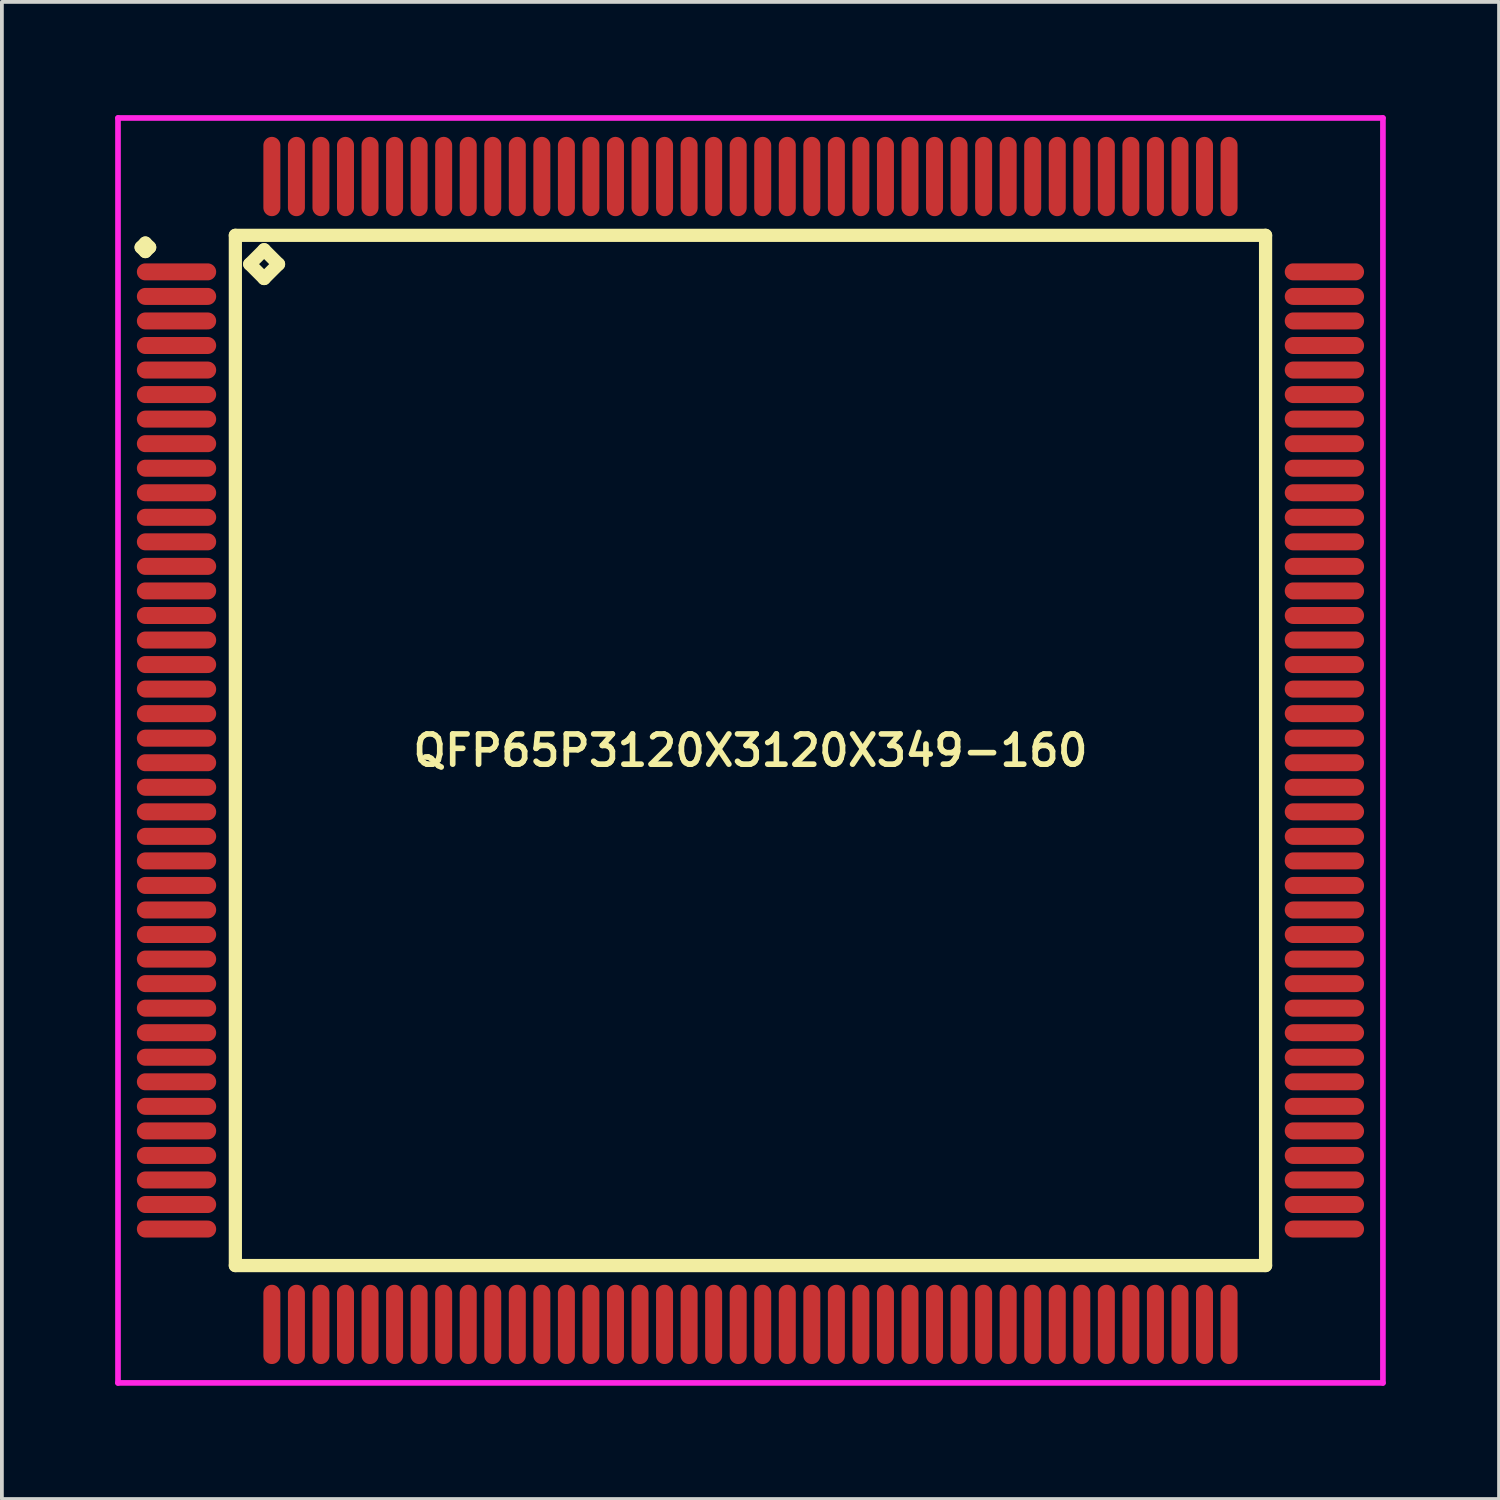
<source format=kicad_pcb>
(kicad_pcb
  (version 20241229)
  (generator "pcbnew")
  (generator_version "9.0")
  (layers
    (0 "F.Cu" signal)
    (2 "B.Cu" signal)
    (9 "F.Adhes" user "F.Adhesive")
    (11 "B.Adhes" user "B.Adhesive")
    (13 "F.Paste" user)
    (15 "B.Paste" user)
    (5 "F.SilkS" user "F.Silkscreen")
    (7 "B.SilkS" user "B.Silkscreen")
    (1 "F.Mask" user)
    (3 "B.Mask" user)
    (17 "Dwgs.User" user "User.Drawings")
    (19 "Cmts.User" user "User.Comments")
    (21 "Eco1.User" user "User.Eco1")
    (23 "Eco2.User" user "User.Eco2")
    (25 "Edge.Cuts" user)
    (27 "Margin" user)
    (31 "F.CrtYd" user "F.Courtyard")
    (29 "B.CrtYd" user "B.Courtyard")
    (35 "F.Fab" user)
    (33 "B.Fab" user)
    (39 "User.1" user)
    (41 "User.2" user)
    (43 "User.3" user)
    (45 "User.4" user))
  (footprint "QFP65P3120X3120X349-160"
    (layer "F.Cu")
    (at 16.825 16.825)
    (property "Reference" "QFP65P3120X3120X349-160" (at 0 0 0) (layer "F.SilkS") (effects (font (size 0.8 0.8) (thickness 0.15))))
    (attr through_hole)
    (fp_line (start -16.137 -13.325) (end -16.025 -13.438) (stroke (width 0.35) (type solid)) (layer "F.SilkS"))
    (fp_line (start -16.025 -13.438) (end -15.912 -13.325) (stroke (width 0.35) (type solid)) (layer "F.SilkS"))
    (fp_line (start -16.025 -13.213) (end -16.137 -13.325) (stroke (width 0.35) (type solid)) (layer "F.SilkS"))
    (fp_line (start -15.912 -13.325) (end -16.025 -13.213) (stroke (width 0.35) (type solid)) (layer "F.SilkS"))
    (fp_line (start -13.642 -13.642) (end -13.642 13.642) (stroke (width 0.35) (type solid)) (layer "F.SilkS"))
    (fp_line (start -13.642 13.642) (end 13.642 13.642) (stroke (width 0.35) (type solid)) (layer "F.SilkS"))
    (fp_line (start -13.261 -12.88) (end -12.88 -13.261) (stroke (width 0.35) (type solid)) (layer "F.SilkS"))
    (fp_line (start -12.88 -13.261) (end -12.499 -12.88) (stroke (width 0.35) (type solid)) (layer "F.SilkS"))
    (fp_line (start -12.88 -12.499) (end -13.261 -12.88) (stroke (width 0.35) (type solid)) (layer "F.SilkS"))
    (fp_line (start -12.499 -12.88) (end -12.88 -12.499) (stroke (width 0.35) (type solid)) (layer "F.SilkS"))
    (fp_line (start 13.642 -13.642) (end -13.642 -13.642) (stroke (width 0.35) (type solid)) (layer "F.SilkS"))
    (fp_line (start 13.642 13.642) (end 13.642 -13.642) (stroke (width 0.35) (type solid)) (layer "F.SilkS"))
    (fp_line (start -16.75 -16.75) (end 16.75 -16.75) (stroke (width 0.15) (type solid)) (layer "F.CrtYd"))
    (fp_line (start -16.75 16.75) (end -16.75 -16.75) (stroke (width 0.15) (type solid)) (layer "F.CrtYd"))
    (fp_line (start 16.75 -16.75) (end 16.75 16.75) (stroke (width 0.15) (type solid)) (layer "F.CrtYd"))
    (fp_line (start 16.75 16.75) (end -16.75 16.75) (stroke (width 0.15) (type solid)) (layer "F.CrtYd"))
    (pad "1" smd oval (at -15.2 -12.675) (size 2.1 0.45) (layers "F.Cu" "F.Mask" "F.Paste"))
    (pad "2" smd oval (at -15.2 -12.025) (size 2.1 0.45) (layers "F.Cu" "F.Mask" "F.Paste"))
    (pad "3" smd oval (at -15.2 -11.375) (size 2.1 0.45) (layers "F.Cu" "F.Mask" "F.Paste"))
    (pad "4" smd oval (at -15.2 -10.725) (size 2.1 0.45) (layers "F.Cu" "F.Mask" "F.Paste"))
    (pad "5" smd oval (at -15.2 -10.075) (size 2.1 0.45) (layers "F.Cu" "F.Mask" "F.Paste"))
    (pad "6" smd oval (at -15.2 -9.425) (size 2.1 0.45) (layers "F.Cu" "F.Mask" "F.Paste"))
    (pad "7" smd oval (at -15.2 -8.775) (size 2.1 0.45) (layers "F.Cu" "F.Mask" "F.Paste"))
    (pad "8" smd oval (at -15.2 -8.125) (size 2.1 0.45) (layers "F.Cu" "F.Mask" "F.Paste"))
    (pad "9" smd oval (at -15.2 -7.475) (size 2.1 0.45) (layers "F.Cu" "F.Mask" "F.Paste"))
    (pad "10" smd oval (at -15.2 -6.825) (size 2.1 0.45) (layers "F.Cu" "F.Mask" "F.Paste"))
    (pad "11" smd oval (at -15.2 -6.175) (size 2.1 0.45) (layers "F.Cu" "F.Mask" "F.Paste"))
    (pad "12" smd oval (at -15.2 -5.525) (size 2.1 0.45) (layers "F.Cu" "F.Mask" "F.Paste"))
    (pad "13" smd oval (at -15.2 -4.875) (size 2.1 0.45) (layers "F.Cu" "F.Mask" "F.Paste"))
    (pad "14" smd oval (at -15.2 -4.225) (size 2.1 0.45) (layers "F.Cu" "F.Mask" "F.Paste"))
    (pad "15" smd oval (at -15.2 -3.575) (size 2.1 0.45) (layers "F.Cu" "F.Mask" "F.Paste"))
    (pad "16" smd oval (at -15.2 -2.925) (size 2.1 0.45) (layers "F.Cu" "F.Mask" "F.Paste"))
    (pad "17" smd oval (at -15.2 -2.275) (size 2.1 0.45) (layers "F.Cu" "F.Mask" "F.Paste"))
    (pad "18" smd oval (at -15.2 -1.625) (size 2.1 0.45) (layers "F.Cu" "F.Mask" "F.Paste"))
    (pad "19" smd oval (at -15.2 -0.975) (size 2.1 0.45) (layers "F.Cu" "F.Mask" "F.Paste"))
    (pad "20" smd oval (at -15.2 -0.325) (size 2.1 0.45) (layers "F.Cu" "F.Mask" "F.Paste"))
    (pad "21" smd oval (at -15.2 0.325) (size 2.1 0.45) (layers "F.Cu" "F.Mask" "F.Paste"))
    (pad "22" smd oval (at -15.2 0.975) (size 2.1 0.45) (layers "F.Cu" "F.Mask" "F.Paste"))
    (pad "23" smd oval (at -15.2 1.625) (size 2.1 0.45) (layers "F.Cu" "F.Mask" "F.Paste"))
    (pad "24" smd oval (at -15.2 2.275) (size 2.1 0.45) (layers "F.Cu" "F.Mask" "F.Paste"))
    (pad "25" smd oval (at -15.2 2.925) (size 2.1 0.45) (layers "F.Cu" "F.Mask" "F.Paste"))
    (pad "26" smd oval (at -15.2 3.575) (size 2.1 0.45) (layers "F.Cu" "F.Mask" "F.Paste"))
    (pad "27" smd oval (at -15.2 4.225) (size 2.1 0.45) (layers "F.Cu" "F.Mask" "F.Paste"))
    (pad "28" smd oval (at -15.2 4.875) (size 2.1 0.45) (layers "F.Cu" "F.Mask" "F.Paste"))
    (pad "29" smd oval (at -15.2 5.525) (size 2.1 0.45) (layers "F.Cu" "F.Mask" "F.Paste"))
    (pad "30" smd oval (at -15.2 6.175) (size 2.1 0.45) (layers "F.Cu" "F.Mask" "F.Paste"))
    (pad "31" smd oval (at -15.2 6.825) (size 2.1 0.45) (layers "F.Cu" "F.Mask" "F.Paste"))
    (pad "32" smd oval (at -15.2 7.475) (size 2.1 0.45) (layers "F.Cu" "F.Mask" "F.Paste"))
    (pad "33" smd oval (at -15.2 8.125) (size 2.1 0.45) (layers "F.Cu" "F.Mask" "F.Paste"))
    (pad "34" smd oval (at -15.2 8.775) (size 2.1 0.45) (layers "F.Cu" "F.Mask" "F.Paste"))
    (pad "35" smd oval (at -15.2 9.425) (size 2.1 0.45) (layers "F.Cu" "F.Mask" "F.Paste"))
    (pad "36" smd oval (at -15.2 10.075) (size 2.1 0.45) (layers "F.Cu" "F.Mask" "F.Paste"))
    (pad "37" smd oval (at -15.2 10.725) (size 2.1 0.45) (layers "F.Cu" "F.Mask" "F.Paste"))
    (pad "38" smd oval (at -15.2 11.375) (size 2.1 0.45) (layers "F.Cu" "F.Mask" "F.Paste"))
    (pad "39" smd oval (at -15.2 12.025) (size 2.1 0.45) (layers "F.Cu" "F.Mask" "F.Paste"))
    (pad "40" smd oval (at -15.2 12.675) (size 2.1 0.45) (layers "F.Cu" "F.Mask" "F.Paste"))
    (pad "41" smd oval (at -12.675 15.2) (size 0.45 2.1) (layers "F.Cu" "F.Mask" "F.Paste"))
    (pad "42" smd oval (at -12.025 15.2) (size 0.45 2.1) (layers "F.Cu" "F.Mask" "F.Paste"))
    (pad "43" smd oval (at -11.375 15.2) (size 0.45 2.1) (layers "F.Cu" "F.Mask" "F.Paste"))
    (pad "44" smd oval (at -10.725 15.2) (size 0.45 2.1) (layers "F.Cu" "F.Mask" "F.Paste"))
    (pad "45" smd oval (at -10.075 15.2) (size 0.45 2.1) (layers "F.Cu" "F.Mask" "F.Paste"))
    (pad "46" smd oval (at -9.425 15.2) (size 0.45 2.1) (layers "F.Cu" "F.Mask" "F.Paste"))
    (pad "47" smd oval (at -8.775 15.2) (size 0.45 2.1) (layers "F.Cu" "F.Mask" "F.Paste"))
    (pad "48" smd oval (at -8.125 15.2) (size 0.45 2.1) (layers "F.Cu" "F.Mask" "F.Paste"))
    (pad "49" smd oval (at -7.475 15.2) (size 0.45 2.1) (layers "F.Cu" "F.Mask" "F.Paste"))
    (pad "50" smd oval (at -6.825 15.2) (size 0.45 2.1) (layers "F.Cu" "F.Mask" "F.Paste"))
    (pad "51" smd oval (at -6.175 15.2) (size 0.45 2.1) (layers "F.Cu" "F.Mask" "F.Paste"))
    (pad "52" smd oval (at -5.525 15.2) (size 0.45 2.1) (layers "F.Cu" "F.Mask" "F.Paste"))
    (pad "53" smd oval (at -4.875 15.2) (size 0.45 2.1) (layers "F.Cu" "F.Mask" "F.Paste"))
    (pad "54" smd oval (at -4.225 15.2) (size 0.45 2.1) (layers "F.Cu" "F.Mask" "F.Paste"))
    (pad "55" smd oval (at -3.575 15.2) (size 0.45 2.1) (layers "F.Cu" "F.Mask" "F.Paste"))
    (pad "56" smd oval (at -2.925 15.2) (size 0.45 2.1) (layers "F.Cu" "F.Mask" "F.Paste"))
    (pad "57" smd oval (at -2.275 15.2) (size 0.45 2.1) (layers "F.Cu" "F.Mask" "F.Paste"))
    (pad "58" smd oval (at -1.625 15.2) (size 0.45 2.1) (layers "F.Cu" "F.Mask" "F.Paste"))
    (pad "59" smd oval (at -0.975 15.2) (size 0.45 2.1) (layers "F.Cu" "F.Mask" "F.Paste"))
    (pad "60" smd oval (at -0.325 15.2) (size 0.45 2.1) (layers "F.Cu" "F.Mask" "F.Paste"))
    (pad "61" smd oval (at 0.325 15.2) (size 0.45 2.1) (layers "F.Cu" "F.Mask" "F.Paste"))
    (pad "62" smd oval (at 0.975 15.2) (size 0.45 2.1) (layers "F.Cu" "F.Mask" "F.Paste"))
    (pad "63" smd oval (at 1.625 15.2) (size 0.45 2.1) (layers "F.Cu" "F.Mask" "F.Paste"))
    (pad "64" smd oval (at 2.275 15.2) (size 0.45 2.1) (layers "F.Cu" "F.Mask" "F.Paste"))
    (pad "65" smd oval (at 2.925 15.2) (size 0.45 2.1) (layers "F.Cu" "F.Mask" "F.Paste"))
    (pad "66" smd oval (at 3.575 15.2) (size 0.45 2.1) (layers "F.Cu" "F.Mask" "F.Paste"))
    (pad "67" smd oval (at 4.225 15.2) (size 0.45 2.1) (layers "F.Cu" "F.Mask" "F.Paste"))
    (pad "68" smd oval (at 4.875 15.2) (size 0.45 2.1) (layers "F.Cu" "F.Mask" "F.Paste"))
    (pad "69" smd oval (at 5.525 15.2) (size 0.45 2.1) (layers "F.Cu" "F.Mask" "F.Paste"))
    (pad "70" smd oval (at 6.175 15.2) (size 0.45 2.1) (layers "F.Cu" "F.Mask" "F.Paste"))
    (pad "71" smd oval (at 6.825 15.2) (size 0.45 2.1) (layers "F.Cu" "F.Mask" "F.Paste"))
    (pad "72" smd oval (at 7.475 15.2) (size 0.45 2.1) (layers "F.Cu" "F.Mask" "F.Paste"))
    (pad "73" smd oval (at 8.125 15.2) (size 0.45 2.1) (layers "F.Cu" "F.Mask" "F.Paste"))
    (pad "74" smd oval (at 8.775 15.2) (size 0.45 2.1) (layers "F.Cu" "F.Mask" "F.Paste"))
    (pad "75" smd oval (at 9.425 15.2) (size 0.45 2.1) (layers "F.Cu" "F.Mask" "F.Paste"))
    (pad "76" smd oval (at 10.075 15.2) (size 0.45 2.1) (layers "F.Cu" "F.Mask" "F.Paste"))
    (pad "77" smd oval (at 10.725 15.2) (size 0.45 2.1) (layers "F.Cu" "F.Mask" "F.Paste"))
    (pad "78" smd oval (at 11.375 15.2) (size 0.45 2.1) (layers "F.Cu" "F.Mask" "F.Paste"))
    (pad "79" smd oval (at 12.025 15.2) (size 0.45 2.1) (layers "F.Cu" "F.Mask" "F.Paste"))
    (pad "80" smd oval (at 12.675 15.2) (size 0.45 2.1) (layers "F.Cu" "F.Mask" "F.Paste"))
    (pad "81" smd oval (at 15.2 12.675) (size 2.1 0.45) (layers "F.Cu" "F.Mask" "F.Paste"))
    (pad "82" smd oval (at 15.2 12.025) (size 2.1 0.45) (layers "F.Cu" "F.Mask" "F.Paste"))
    (pad "83" smd oval (at 15.2 11.375) (size 2.1 0.45) (layers "F.Cu" "F.Mask" "F.Paste"))
    (pad "84" smd oval (at 15.2 10.725) (size 2.1 0.45) (layers "F.Cu" "F.Mask" "F.Paste"))
    (pad "85" smd oval (at 15.2 10.075) (size 2.1 0.45) (layers "F.Cu" "F.Mask" "F.Paste"))
    (pad "86" smd oval (at 15.2 9.425) (size 2.1 0.45) (layers "F.Cu" "F.Mask" "F.Paste"))
    (pad "87" smd oval (at 15.2 8.775) (size 2.1 0.45) (layers "F.Cu" "F.Mask" "F.Paste"))
    (pad "88" smd oval (at 15.2 8.125) (size 2.1 0.45) (layers "F.Cu" "F.Mask" "F.Paste"))
    (pad "89" smd oval (at 15.2 7.475) (size 2.1 0.45) (layers "F.Cu" "F.Mask" "F.Paste"))
    (pad "90" smd oval (at 15.2 6.825) (size 2.1 0.45) (layers "F.Cu" "F.Mask" "F.Paste"))
    (pad "91" smd oval (at 15.2 6.175) (size 2.1 0.45) (layers "F.Cu" "F.Mask" "F.Paste"))
    (pad "92" smd oval (at 15.2 5.525) (size 2.1 0.45) (layers "F.Cu" "F.Mask" "F.Paste"))
    (pad "93" smd oval (at 15.2 4.875) (size 2.1 0.45) (layers "F.Cu" "F.Mask" "F.Paste"))
    (pad "94" smd oval (at 15.2 4.225) (size 2.1 0.45) (layers "F.Cu" "F.Mask" "F.Paste"))
    (pad "95" smd oval (at 15.2 3.575) (size 2.1 0.45) (layers "F.Cu" "F.Mask" "F.Paste"))
    (pad "96" smd oval (at 15.2 2.925) (size 2.1 0.45) (layers "F.Cu" "F.Mask" "F.Paste"))
    (pad "97" smd oval (at 15.2 2.275) (size 2.1 0.45) (layers "F.Cu" "F.Mask" "F.Paste"))
    (pad "98" smd oval (at 15.2 1.625) (size 2.1 0.45) (layers "F.Cu" "F.Mask" "F.Paste"))
    (pad "99" smd oval (at 15.2 0.975) (size 2.1 0.45) (layers "F.Cu" "F.Mask" "F.Paste"))
    (pad "100" smd oval (at 15.2 0.325) (size 2.1 0.45) (layers "F.Cu" "F.Mask" "F.Paste"))
    (pad "101" smd oval (at 15.2 -0.325) (size 2.1 0.45) (layers "F.Cu" "F.Mask" "F.Paste"))
    (pad "102" smd oval (at 15.2 -0.975) (size 2.1 0.45) (layers "F.Cu" "F.Mask" "F.Paste"))
    (pad "103" smd oval (at 15.2 -1.625) (size 2.1 0.45) (layers "F.Cu" "F.Mask" "F.Paste"))
    (pad "104" smd oval (at 15.2 -2.275) (size 2.1 0.45) (layers "F.Cu" "F.Mask" "F.Paste"))
    (pad "105" smd oval (at 15.2 -2.925) (size 2.1 0.45) (layers "F.Cu" "F.Mask" "F.Paste"))
    (pad "106" smd oval (at 15.2 -3.575) (size 2.1 0.45) (layers "F.Cu" "F.Mask" "F.Paste"))
    (pad "107" smd oval (at 15.2 -4.225) (size 2.1 0.45) (layers "F.Cu" "F.Mask" "F.Paste"))
    (pad "108" smd oval (at 15.2 -4.875) (size 2.1 0.45) (layers "F.Cu" "F.Mask" "F.Paste"))
    (pad "109" smd oval (at 15.2 -5.525) (size 2.1 0.45) (layers "F.Cu" "F.Mask" "F.Paste"))
    (pad "110" smd oval (at 15.2 -6.175) (size 2.1 0.45) (layers "F.Cu" "F.Mask" "F.Paste"))
    (pad "111" smd oval (at 15.2 -6.825) (size 2.1 0.45) (layers "F.Cu" "F.Mask" "F.Paste"))
    (pad "112" smd oval (at 15.2 -7.475) (size 2.1 0.45) (layers "F.Cu" "F.Mask" "F.Paste"))
    (pad "113" smd oval (at 15.2 -8.125) (size 2.1 0.45) (layers "F.Cu" "F.Mask" "F.Paste"))
    (pad "114" smd oval (at 15.2 -8.775) (size 2.1 0.45) (layers "F.Cu" "F.Mask" "F.Paste"))
    (pad "115" smd oval (at 15.2 -9.425) (size 2.1 0.45) (layers "F.Cu" "F.Mask" "F.Paste"))
    (pad "116" smd oval (at 15.2 -10.075) (size 2.1 0.45) (layers "F.Cu" "F.Mask" "F.Paste"))
    (pad "117" smd oval (at 15.2 -10.725) (size 2.1 0.45) (layers "F.Cu" "F.Mask" "F.Paste"))
    (pad "118" smd oval (at 15.2 -11.375) (size 2.1 0.45) (layers "F.Cu" "F.Mask" "F.Paste"))
    (pad "119" smd oval (at 15.2 -12.025) (size 2.1 0.45) (layers "F.Cu" "F.Mask" "F.Paste"))
    (pad "120" smd oval (at 15.2 -12.675) (size 2.1 0.45) (layers "F.Cu" "F.Mask" "F.Paste"))
    (pad "121" smd oval (at 12.675 -15.2) (size 0.45 2.1) (layers "F.Cu" "F.Mask" "F.Paste"))
    (pad "122" smd oval (at 12.025 -15.2) (size 0.45 2.1) (layers "F.Cu" "F.Mask" "F.Paste"))
    (pad "123" smd oval (at 11.375 -15.2) (size 0.45 2.1) (layers "F.Cu" "F.Mask" "F.Paste"))
    (pad "124" smd oval (at 10.725 -15.2) (size 0.45 2.1) (layers "F.Cu" "F.Mask" "F.Paste"))
    (pad "125" smd oval (at 10.075 -15.2) (size 0.45 2.1) (layers "F.Cu" "F.Mask" "F.Paste"))
    (pad "126" smd oval (at 9.425 -15.2) (size 0.45 2.1) (layers "F.Cu" "F.Mask" "F.Paste"))
    (pad "127" smd oval (at 8.775 -15.2) (size 0.45 2.1) (layers "F.Cu" "F.Mask" "F.Paste"))
    (pad "128" smd oval (at 8.125 -15.2) (size 0.45 2.1) (layers "F.Cu" "F.Mask" "F.Paste"))
    (pad "129" smd oval (at 7.475 -15.2) (size 0.45 2.1) (layers "F.Cu" "F.Mask" "F.Paste"))
    (pad "130" smd oval (at 6.825 -15.2) (size 0.45 2.1) (layers "F.Cu" "F.Mask" "F.Paste"))
    (pad "131" smd oval (at 6.175 -15.2) (size 0.45 2.1) (layers "F.Cu" "F.Mask" "F.Paste"))
    (pad "132" smd oval (at 5.525 -15.2) (size 0.45 2.1) (layers "F.Cu" "F.Mask" "F.Paste"))
    (pad "133" smd oval (at 4.875 -15.2) (size 0.45 2.1) (layers "F.Cu" "F.Mask" "F.Paste"))
    (pad "134" smd oval (at 4.225 -15.2) (size 0.45 2.1) (layers "F.Cu" "F.Mask" "F.Paste"))
    (pad "135" smd oval (at 3.575 -15.2) (size 0.45 2.1) (layers "F.Cu" "F.Mask" "F.Paste"))
    (pad "136" smd oval (at 2.925 -15.2) (size 0.45 2.1) (layers "F.Cu" "F.Mask" "F.Paste"))
    (pad "137" smd oval (at 2.275 -15.2) (size 0.45 2.1) (layers "F.Cu" "F.Mask" "F.Paste"))
    (pad "138" smd oval (at 1.625 -15.2) (size 0.45 2.1) (layers "F.Cu" "F.Mask" "F.Paste"))
    (pad "139" smd oval (at 0.975 -15.2) (size 0.45 2.1) (layers "F.Cu" "F.Mask" "F.Paste"))
    (pad "140" smd oval (at 0.325 -15.2) (size 0.45 2.1) (layers "F.Cu" "F.Mask" "F.Paste"))
    (pad "141" smd oval (at -0.325 -15.2) (size 0.45 2.1) (layers "F.Cu" "F.Mask" "F.Paste"))
    (pad "142" smd oval (at -0.975 -15.2) (size 0.45 2.1) (layers "F.Cu" "F.Mask" "F.Paste"))
    (pad "143" smd oval (at -1.625 -15.2) (size 0.45 2.1) (layers "F.Cu" "F.Mask" "F.Paste"))
    (pad "144" smd oval (at -2.275 -15.2) (size 0.45 2.1) (layers "F.Cu" "F.Mask" "F.Paste"))
    (pad "145" smd oval (at -2.925 -15.2) (size 0.45 2.1) (layers "F.Cu" "F.Mask" "F.Paste"))
    (pad "146" smd oval (at -3.575 -15.2) (size 0.45 2.1) (layers "F.Cu" "F.Mask" "F.Paste"))
    (pad "147" smd oval (at -4.225 -15.2) (size 0.45 2.1) (layers "F.Cu" "F.Mask" "F.Paste"))
    (pad "148" smd oval (at -4.875 -15.2) (size 0.45 2.1) (layers "F.Cu" "F.Mask" "F.Paste"))
    (pad "149" smd oval (at -5.525 -15.2) (size 0.45 2.1) (layers "F.Cu" "F.Mask" "F.Paste"))
    (pad "150" smd oval (at -6.175 -15.2) (size 0.45 2.1) (layers "F.Cu" "F.Mask" "F.Paste"))
    (pad "151" smd oval (at -6.825 -15.2) (size 0.45 2.1) (layers "F.Cu" "F.Mask" "F.Paste"))
    (pad "152" smd oval (at -7.475 -15.2) (size 0.45 2.1) (layers "F.Cu" "F.Mask" "F.Paste"))
    (pad "153" smd oval (at -8.125 -15.2) (size 0.45 2.1) (layers "F.Cu" "F.Mask" "F.Paste"))
    (pad "154" smd oval (at -8.775 -15.2) (size 0.45 2.1) (layers "F.Cu" "F.Mask" "F.Paste"))
    (pad "155" smd oval (at -9.425 -15.2) (size 0.45 2.1) (layers "F.Cu" "F.Mask" "F.Paste"))
    (pad "156" smd oval (at -10.075 -15.2) (size 0.45 2.1) (layers "F.Cu" "F.Mask" "F.Paste"))
    (pad "157" smd oval (at -10.725 -15.2) (size 0.45 2.1) (layers "F.Cu" "F.Mask" "F.Paste"))
    (pad "158" smd oval (at -11.375 -15.2) (size 0.45 2.1) (layers "F.Cu" "F.Mask" "F.Paste"))
    (pad "159" smd oval (at -12.025 -15.2) (size 0.45 2.1) (layers "F.Cu" "F.Mask" "F.Paste"))
    (pad "160" smd oval (at -12.675 -15.2) (size 0.45 2.1) (layers "F.Cu" "F.Mask" "F.Paste")))
  (gr_rect
    (start -3 -3)
    (end 36.65 36.65)
    (stroke (width 0.1) (type default))
    (fill no)
    (layer "Edge.Cuts")))
</source>
